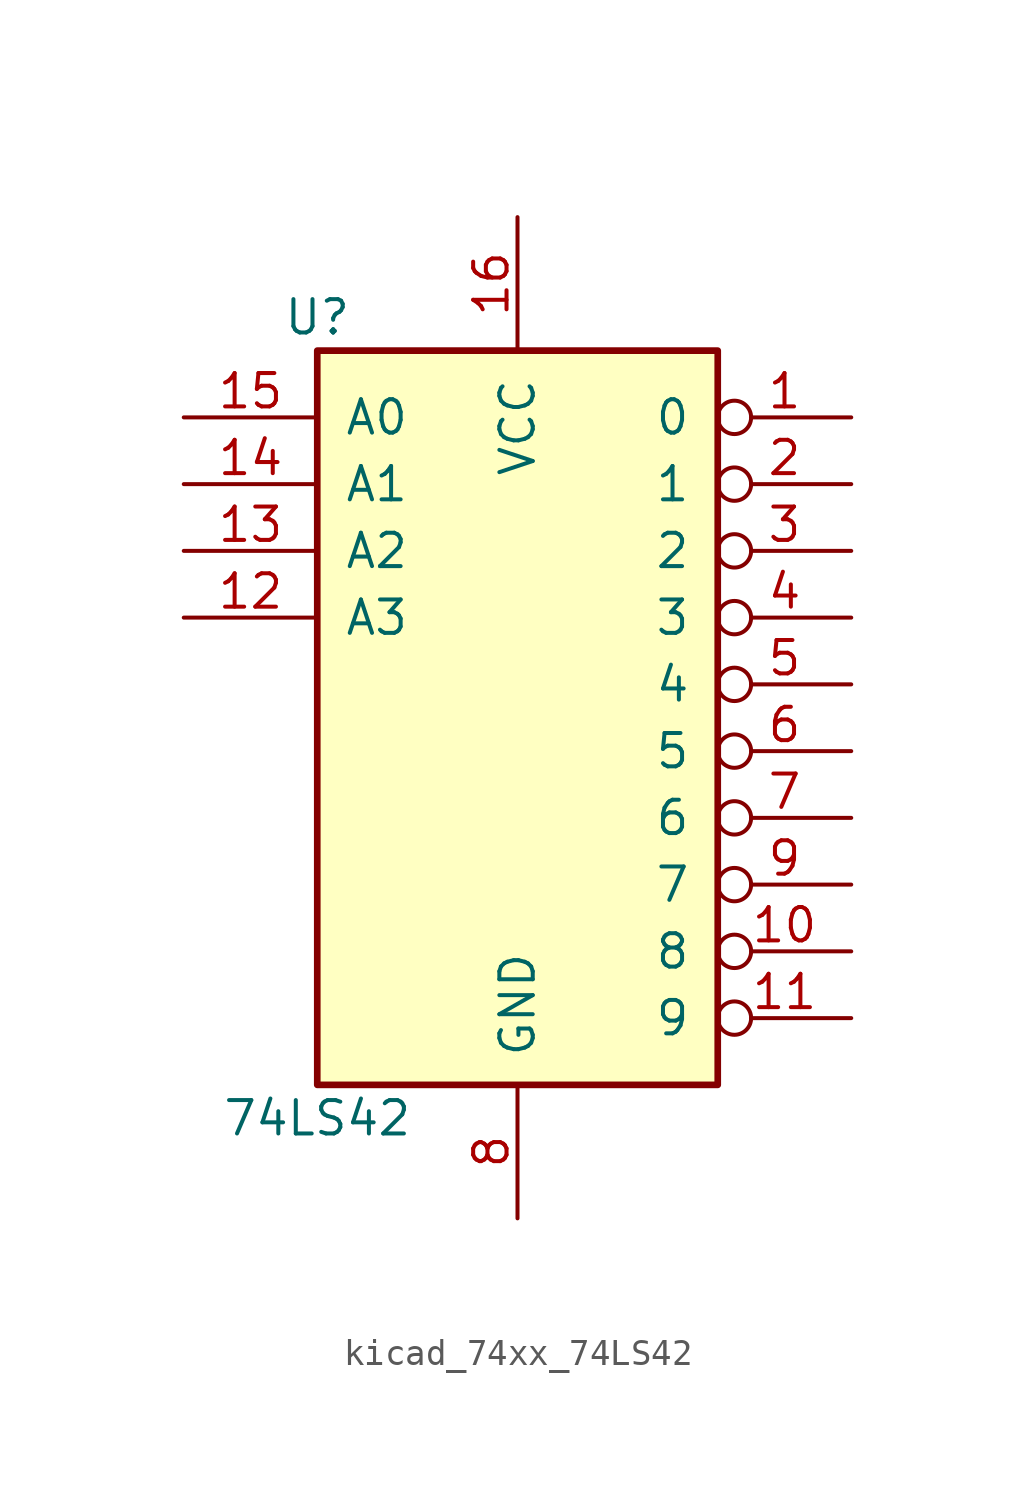
<source format=kicad_sym>
(kicad_symbol_lib
  (version 20220914)
  (generator kicad_symbol_editor)
  (symbol "kicad_74xx_74LS42"
    (pin_names
      (offset 1.016))
    (property "Reference" "U"
      (at -7.62 13.97 0)
      (effects (font (size 1.27 1.27))))
    (property "Value" "74LS42"
      (at -7.62 -16.51 0)
      (effects (font (size 1.27 1.27))))
    (property "ki_locked" ""
      (at 0 0 0)
      (effects (font (size 1.27 1.27))))
    (symbol "kicad_74xx_74LS42_1_0"
      (pin output inverted (at 12.7 10.16 180) (length 5.08) (name "0" (effects (font (size 1.27 1.27)))) (number "1" (effects (font (size 1.27 1.27)))))
      (pin output inverted (at 12.7 -10.16 180) (length 5.08) (name "8" (effects (font (size 1.27 1.27)))) (number "10" (effects (font (size 1.27 1.27)))))
      (pin output inverted (at 12.7 -12.7 180) (length 5.08) (name "9" (effects (font (size 1.27 1.27)))) (number "11" (effects (font (size 1.27 1.27)))))
      (pin input line (at -12.7 2.54 0) (length 5.08) (name "A3" (effects (font (size 1.27 1.27)))) (number "12" (effects (font (size 1.27 1.27)))))
      (pin input line (at -12.7 5.08 0) (length 5.08) (name "A2" (effects (font (size 1.27 1.27)))) (number "13" (effects (font (size 1.27 1.27)))))
      (pin input line (at -12.7 7.62 0) (length 5.08) (name "A1" (effects (font (size 1.27 1.27)))) (number "14" (effects (font (size 1.27 1.27)))))
      (pin input line (at -12.7 10.16 0) (length 5.08) (name "A0" (effects (font (size 1.27 1.27)))) (number "15" (effects (font (size 1.27 1.27)))))
      (pin power_in line (at 0 17.78 270) (length 5.08) (name "VCC" (effects (font (size 1.27 1.27)))) (number "16" (effects (font (size 1.27 1.27)))))
      (pin output inverted (at 12.7 7.62 180) (length 5.08) (name "1" (effects (font (size 1.27 1.27)))) (number "2" (effects (font (size 1.27 1.27)))))
      (pin output inverted (at 12.7 5.08 180) (length 5.08) (name "2" (effects (font (size 1.27 1.27)))) (number "3" (effects (font (size 1.27 1.27)))))
      (pin output inverted (at 12.7 2.54 180) (length 5.08) (name "3" (effects (font (size 1.27 1.27)))) (number "4" (effects (font (size 1.27 1.27)))))
      (pin output inverted (at 12.7 0 180) (length 5.08) (name "4" (effects (font (size 1.27 1.27)))) (number "5" (effects (font (size 1.27 1.27)))))
      (pin output inverted (at 12.7 -2.54 180) (length 5.08) (name "5" (effects (font (size 1.27 1.27)))) (number "6" (effects (font (size 1.27 1.27)))))
      (pin output inverted (at 12.7 -5.08 180) (length 5.08) (name "6" (effects (font (size 1.27 1.27)))) (number "7" (effects (font (size 1.27 1.27)))))
      (pin power_in line (at 0 -20.32 90) (length 5.08) (name "GND" (effects (font (size 1.27 1.27)))) (number "8" (effects (font (size 1.27 1.27)))))
      (pin output inverted (at 12.7 -7.62 180) (length 5.08) (name "7" (effects (font (size 1.27 1.27)))) (number "9" (effects (font (size 1.27 1.27))))))
    (symbol "kicad_74xx_74LS42_1_1"
      (rectangle (start -7.62 12.7) (end 7.62 -15.24) (stroke (width 0.254) (type default)) (fill (type background))))))
</source>
